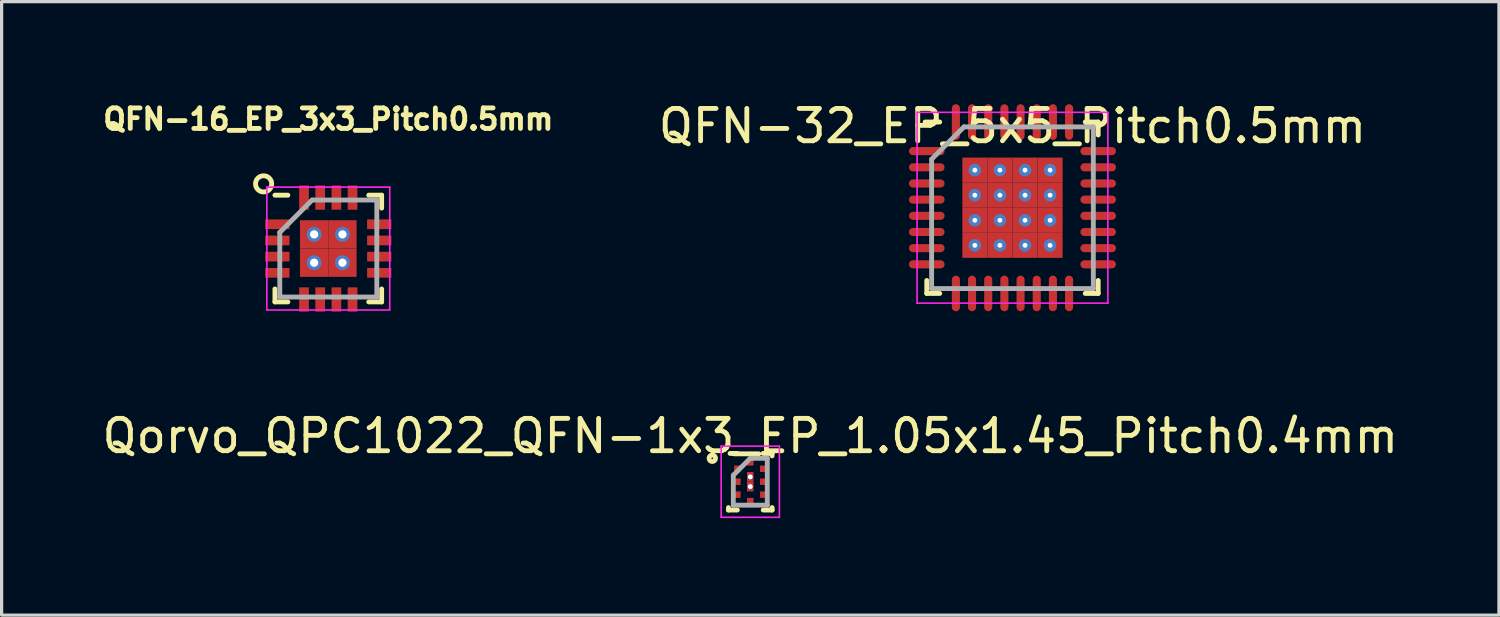
<source format=kicad_pcb>
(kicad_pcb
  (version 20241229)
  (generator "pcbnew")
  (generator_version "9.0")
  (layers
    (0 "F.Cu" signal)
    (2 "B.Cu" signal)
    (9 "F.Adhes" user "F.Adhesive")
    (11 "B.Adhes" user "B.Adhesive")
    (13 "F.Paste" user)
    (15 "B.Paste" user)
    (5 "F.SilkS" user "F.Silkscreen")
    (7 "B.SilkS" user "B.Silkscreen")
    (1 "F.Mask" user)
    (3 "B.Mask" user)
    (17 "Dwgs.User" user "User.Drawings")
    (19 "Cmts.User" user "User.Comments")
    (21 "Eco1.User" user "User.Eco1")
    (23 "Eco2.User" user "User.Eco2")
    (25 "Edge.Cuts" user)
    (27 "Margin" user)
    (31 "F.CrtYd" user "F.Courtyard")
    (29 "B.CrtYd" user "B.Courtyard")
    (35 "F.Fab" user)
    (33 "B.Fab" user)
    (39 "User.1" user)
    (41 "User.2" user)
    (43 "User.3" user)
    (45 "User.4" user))
  (footprint "QFN-16_EP_3x3_Pitch0.5mm"
    (layer "F.Cu")
    (at 7.101 4.635)
    (property "Reference" "QFN-16_EP_3x3_Pitch0.5mm" (at 0 -4 0) (layer "F.SilkS") (effects (font (size 0.635 0.635) (thickness 0.15))))
    (attr smd)
    (fp_line (start -1.65 1.65) (end -1.65 1.25) (stroke (width 0.15) (type solid)) (layer "F.SilkS"))
    (fp_line (start -1.25 -1.65) (end -1.65 -1.65) (stroke (width 0.15) (type solid)) (layer "F.SilkS"))
    (fp_line (start -1.25 1.65) (end -1.65 1.65) (stroke (width 0.15) (type solid)) (layer "F.SilkS"))
    (fp_line (start 1.25 -1.65) (end 1.65 -1.65) (stroke (width 0.15) (type solid)) (layer "F.SilkS"))
    (fp_line (start 1.25 1.65) (end 1.65 1.65) (stroke (width 0.15) (type solid)) (layer "F.SilkS"))
    (fp_line (start 1.65 -1.65) (end 1.65 -1.25) (stroke (width 0.15) (type solid)) (layer "F.SilkS"))
    (fp_line (start 1.65 1.65) (end 1.65 1.25) (stroke (width 0.15) (type solid)) (layer "F.SilkS"))
    (fp_circle (center -2 -2) (end -2 -2.25) (stroke (width 0.15) (type solid)) (fill no) (layer "F.SilkS"))
    (fp_line (start -1.9 -1.9) (end 1.9 -1.9) (stroke (width 0.05) (type solid)) (layer "F.CrtYd"))
    (fp_line (start -1.9 1.9) (end -1.9 -1.9) (stroke (width 0.05) (type solid)) (layer "F.CrtYd"))
    (fp_line (start 1.9 -1.9) (end 1.9 1.9) (stroke (width 0.05) (type solid)) (layer "F.CrtYd"))
    (fp_line (start 1.9 1.9) (end -1.9 1.9) (stroke (width 0.05) (type solid)) (layer "F.CrtYd"))
    (fp_line (start -1.5 -0.5) (end -1.5 1.5) (stroke (width 0.15) (type solid)) (layer "F.Fab"))
    (fp_line (start -1.5 1.5) (end 1.5 1.5) (stroke (width 0.15) (type solid)) (layer "F.Fab"))
    (fp_line (start -0.5 -1.5) (end -1.5 -0.5) (stroke (width 0.15) (type solid)) (layer "F.Fab"))
    (fp_line (start 1.5 -1.5) (end -0.5 -1.5) (stroke (width 0.15) (type solid)) (layer "F.Fab"))
    (fp_line (start 1.5 1.5) (end 1.5 -1.5) (stroke (width 0.15) (type solid)) (layer "F.Fab"))
    (pad "1" smd rect (at -1.575 -0.75 90) (size 0.3 0.75) (layers "F.Cu" "F.Mask" "F.Paste"))
    (pad "2" smd rect (at -1.575 -0.25 90) (size 0.3 0.75) (layers "F.Cu" "F.Mask" "F.Paste"))
    (pad "3" smd rect (at -1.575 0.25 90) (size 0.3 0.75) (layers "F.Cu" "F.Mask" "F.Paste"))
    (pad "4" smd rect (at -1.575 0.75 90) (size 0.3 0.75) (layers "F.Cu" "F.Mask" "F.Paste"))
    (pad "5" smd rect (at -0.75 1.575) (size 0.3 0.75) (layers "F.Cu" "F.Mask" "F.Paste"))
    (pad "6" smd rect (at -0.25 1.575) (size 0.3 0.75) (layers "F.Cu" "F.Mask" "F.Paste"))
    (pad "7" smd rect (at 0.25 1.575) (size 0.3 0.75) (layers "F.Cu" "F.Mask" "F.Paste"))
    (pad "8" smd rect (at 0.75 1.575) (size 0.3 0.75) (layers "F.Cu" "F.Mask" "F.Paste"))
    (pad "9" smd rect (at 1.575 0.75 90) (size 0.3 0.75) (layers "F.Cu" "F.Mask" "F.Paste"))
    (pad "10" smd rect (at 1.575 0.25 90) (size 0.3 0.75) (layers "F.Cu" "F.Mask" "F.Paste"))
    (pad "11" smd rect (at 1.575 -0.25 90) (size 0.3 0.75) (layers "F.Cu" "F.Mask" "F.Paste"))
    (pad "12" smd rect (at 1.575 -0.75 90) (size 0.3 0.75) (layers "F.Cu" "F.Mask" "F.Paste"))
    (pad "13" smd rect (at 0.75 -1.575) (size 0.3 0.75) (layers "F.Cu" "F.Mask" "F.Paste"))
    (pad "14" smd rect (at 0.25 -1.575) (size 0.3 0.75) (layers "F.Cu" "F.Mask" "F.Paste"))
    (pad "15" smd rect (at -0.25 -1.575) (size 0.3 0.75) (layers "F.Cu" "F.Mask" "F.Paste"))
    (pad "16" smd rect (at -0.75 -1.575) (size 0.3 0.75) (layers "F.Cu" "F.Mask" "F.Paste"))
    (pad "17" thru_hole circle (at -0.438 -0.438) (size 0.46 0.46) (drill 0.254) (layers "*.Cu" "*.Mask"))
    (pad "17" smd rect (at -0.438 -0.438) (size 0.875 0.875) (layers "F.Cu" "F.Mask" "F.Paste"))
    (pad "17" thru_hole circle (at -0.438 0.438) (size 0.46 0.46) (drill 0.254) (layers "*.Cu" "*.Mask"))
    (pad "17" smd rect (at -0.438 0.438) (size 0.875 0.875) (layers "F.Cu" "F.Mask" "F.Paste"))
    (pad "17" thru_hole circle (at 0.438 -0.438) (size 0.46 0.46) (drill 0.254) (layers "*.Cu" "*.Mask"))
    (pad "17" smd rect (at 0.438 -0.438) (size 0.875 0.875) (layers "F.Cu" "F.Mask" "F.Paste"))
    (pad "17" thru_hole circle (at 0.438 0.438) (size 0.46 0.46) (drill 0.254) (layers "*.Cu" "*.Mask"))
    (pad "17" smd rect (at 0.438 0.438) (size 0.875 0.875) (layers "F.Cu" "F.Mask" "F.Paste")))
  (footprint "Qorvo_QPC1022_QFN-1x3_EP_1.05x1.45_Pitch0.4mm"
    (layer "F.Cu")
    (at 20.149 11.845)
    (property "Reference" "Qorvo_QPC1022_QFN-1x3_EP_1.05x1.45_Pitch0.4mm" (at 0 -1.413 0) (layer "F.SilkS") (effects (font (size 1 1) (thickness 0.15))))
    (attr smd)
    (fp_line (start -0.675 0.875) (end -0.675 0.8) (stroke (width 0.15) (type solid)) (layer "F.SilkS"))
    (fp_line (start -0.4 -0.875) (end -0.625 -0.875) (stroke (width 0.15) (type solid)) (layer "F.SilkS"))
    (fp_line (start -0.4 0.875) (end -0.675 0.875) (stroke (width 0.15) (type solid)) (layer "F.SilkS"))
    (fp_line (start 0.4 -0.875) (end 0.675 -0.875) (stroke (width 0.15) (type solid)) (layer "F.SilkS"))
    (fp_line (start 0.4 0.875) (end 0.675 0.875) (stroke (width 0.15) (type solid)) (layer "F.SilkS"))
    (fp_line (start 0.675 -0.875) (end 0.675 -0.8) (stroke (width 0.15) (type solid)) (layer "F.SilkS"))
    (fp_line (start 0.675 0.875) (end 0.675 0.8) (stroke (width 0.15) (type solid)) (layer "F.SilkS"))
    (fp_circle (center -1.175 -0.725) (end -1.175 -0.625) (stroke (width 0.15) (type solid)) (fill no) (layer "F.SilkS"))
    (fp_line (start -0.9 -1.1) (end 0.9 -1.1) (stroke (width 0.05) (type solid)) (layer "F.CrtYd"))
    (fp_line (start -0.9 1.1) (end -0.9 -1.1) (stroke (width 0.05) (type solid)) (layer "F.CrtYd"))
    (fp_line (start 0.9 -1.1) (end 0.9 1.1) (stroke (width 0.05) (type solid)) (layer "F.CrtYd"))
    (fp_line (start 0.9 1.1) (end -0.9 1.1) (stroke (width 0.05) (type solid)) (layer "F.CrtYd"))
    (fp_line (start -0.525 -0.2) (end -0.525 0.725) (stroke (width 0.15) (type solid)) (layer "F.Fab"))
    (fp_line (start -0.525 0.725) (end 0.525 0.725) (stroke (width 0.15) (type solid)) (layer "F.Fab"))
    (fp_line (start 0 -0.725) (end -0.525 -0.2) (stroke (width 0.15) (type solid)) (layer "F.Fab"))
    (fp_line (start 0.525 -0.725) (end 0 -0.725) (stroke (width 0.15) (type solid)) (layer "F.Fab"))
    (fp_line (start 0.525 0.725) (end 0.525 -0.725) (stroke (width 0.15) (type solid)) (layer "F.Fab"))
    (pad "1" smd rect (at -0.4 -0.4 90) (size 0.2 0.2) (layers "F.Cu" "F.Mask" "F.Paste"))
    (pad "2" smd rect (at -0.4 0 90) (size 0.2 0.2) (layers "F.Cu" "F.Mask" "F.Paste"))
    (pad "3" smd rect (at -0.4 0.4 90) (size 0.2 0.2) (layers "F.Cu" "F.Mask" "F.Paste"))
    (pad "4" smd rect (at 0 0.6) (size 0.2 0.2) (layers "F.Cu" "F.Mask" "F.Paste"))
    (pad "5" smd rect (at 0.4 0.4 90) (size 0.2 0.2) (layers "F.Cu" "F.Mask" "F.Paste"))
    (pad "6" smd rect (at 0.4 0 90) (size 0.2 0.2) (layers "F.Cu" "F.Mask" "F.Paste"))
    (pad "7" smd rect (at 0.4 -0.4 90) (size 0.2 0.2) (layers "F.Cu" "F.Mask" "F.Paste"))
    (pad "8" smd rect (at 0 -0.6) (size 0.2 0.2) (layers "F.Cu" "F.Mask" "F.Paste"))
    (pad "9" thru_hole circle (at 0 -0.15) (size 0.16 0.16) (drill 0.15) (layers "*.Cu" "*.Mask"))
    (pad "9" smd rect (at 0 -0.15) (size 0.2 0.3) (layers "F.Cu" "F.Mask" "F.Paste"))
    (pad "9" thru_hole circle (at 0 0.15) (size 0.16 0.16) (drill 0.15) (layers "*.Cu" "*.Mask"))
    (pad "9" smd rect (at 0 0.15) (size 0.2 0.3) (layers "F.Cu" "F.Mask" "F.Paste")))
  (footprint "QFN-32_EP_5x5_Pitch0.5mm"
    (layer "F.Cu")
    (at 28.256 3.373)
    (property "Reference" "QFN-32_EP_5x5_Pitch0.5mm" (at 0 -2.525 0) (layer "F.SilkS") (effects (font (size 1 1) (thickness 0.15))))
    (attr smd)
    (fp_line (start -2.65 2.65) (end -2.65 2.25) (stroke (width 0.15) (type solid)) (layer "F.SilkS"))
    (fp_line (start -2.25 -2.65) (end -2.7 -2.65) (stroke (width 0.15) (type solid)) (layer "F.SilkS"))
    (fp_line (start -2.25 2.65) (end -2.65 2.65) (stroke (width 0.15) (type solid)) (layer "F.SilkS"))
    (fp_line (start 2.25 -2.65) (end 2.65 -2.65) (stroke (width 0.15) (type solid)) (layer "F.SilkS"))
    (fp_line (start 2.25 2.65) (end 2.65 2.65) (stroke (width 0.15) (type solid)) (layer "F.SilkS"))
    (fp_line (start 2.65 -2.65) (end 2.65 -2.25) (stroke (width 0.15) (type solid)) (layer "F.SilkS"))
    (fp_line (start 2.65 2.65) (end 2.65 2.25) (stroke (width 0.15) (type solid)) (layer "F.SilkS"))
    (fp_line (start -2.95 -2.95) (end 2.95 -2.95) (stroke (width 0.05) (type solid)) (layer "F.CrtYd"))
    (fp_line (start -2.95 2.95) (end -2.95 -2.95) (stroke (width 0.05) (type solid)) (layer "F.CrtYd"))
    (fp_line (start 2.95 -2.95) (end 2.95 2.95) (stroke (width 0.05) (type solid)) (layer "F.CrtYd"))
    (fp_line (start 2.95 2.95) (end -2.95 2.95) (stroke (width 0.05) (type solid)) (layer "F.CrtYd"))
    (fp_line (start -2.5 -1.5) (end -2.5 2.5) (stroke (width 0.15) (type solid)) (layer "F.Fab"))
    (fp_line (start -2.5 2.5) (end 2.5 2.5) (stroke (width 0.15) (type solid)) (layer "F.Fab"))
    (fp_line (start -1.5 -2.5) (end -2.5 -1.5) (stroke (width 0.15) (type solid)) (layer "F.Fab"))
    (fp_line (start 2.5 -2.5) (end -1.5 -2.5) (stroke (width 0.15) (type solid)) (layer "F.Fab"))
    (fp_line (start 2.5 2.5) (end 2.5 -2.5) (stroke (width 0.15) (type solid)) (layer "F.Fab"))
    (pad "1" smd oval (at -2.65 -1.75 90) (size 0.25 1.1) (layers "F.Cu" "F.Mask" "F.Paste"))
    (pad "2" smd oval (at -2.65 -1.25 90) (size 0.25 1.1) (layers "F.Cu" "F.Mask" "F.Paste"))
    (pad "3" smd oval (at -2.65 -0.75 90) (size 0.25 1.1) (layers "F.Cu" "F.Mask" "F.Paste"))
    (pad "4" smd oval (at -2.65 -0.25 90) (size 0.25 1.1) (layers "F.Cu" "F.Mask" "F.Paste"))
    (pad "5" smd oval (at -2.65 0.25 90) (size 0.25 1.1) (layers "F.Cu" "F.Mask" "F.Paste"))
    (pad "6" smd oval (at -2.65 0.75 90) (size 0.25 1.1) (layers "F.Cu" "F.Mask" "F.Paste"))
    (pad "7" smd oval (at -2.65 1.25 90) (size 0.25 1.1) (layers "F.Cu" "F.Mask" "F.Paste"))
    (pad "8" smd oval (at -2.65 1.75 90) (size 0.25 1.1) (layers "F.Cu" "F.Mask" "F.Paste"))
    (pad "9" smd oval (at -1.75 2.65) (size 0.25 1.1) (layers "F.Cu" "F.Mask" "F.Paste"))
    (pad "10" smd oval (at -1.25 2.65) (size 0.25 1.1) (layers "F.Cu" "F.Mask" "F.Paste"))
    (pad "11" smd oval (at -0.75 2.65) (size 0.25 1.1) (layers "F.Cu" "F.Mask" "F.Paste"))
    (pad "12" smd oval (at -0.25 2.65) (size 0.25 1.1) (layers "F.Cu" "F.Mask" "F.Paste"))
    (pad "13" smd oval (at 0.25 2.65) (size 0.25 1.1) (layers "F.Cu" "F.Mask" "F.Paste"))
    (pad "14" smd oval (at 0.75 2.65) (size 0.25 1.1) (layers "F.Cu" "F.Mask" "F.Paste"))
    (pad "15" smd oval (at 1.25 2.65) (size 0.25 1.1) (layers "F.Cu" "F.Mask" "F.Paste"))
    (pad "16" smd oval (at 1.75 2.65) (size 0.25 1.1) (layers "F.Cu" "F.Mask" "F.Paste"))
    (pad "17" smd oval (at 2.65 1.75 90) (size 0.25 1.1) (layers "F.Cu" "F.Mask" "F.Paste"))
    (pad "18" smd oval (at 2.65 1.25 90) (size 0.25 1.1) (layers "F.Cu" "F.Mask" "F.Paste"))
    (pad "19" smd oval (at 2.65 0.75 90) (size 0.25 1.1) (layers "F.Cu" "F.Mask" "F.Paste"))
    (pad "20" smd oval (at 2.65 0.25 90) (size 0.25 1.1) (layers "F.Cu" "F.Mask" "F.Paste"))
    (pad "21" smd oval (at 2.65 -0.25 90) (size 0.25 1.1) (layers "F.Cu" "F.Mask" "F.Paste"))
    (pad "22" smd oval (at 2.65 -0.75 90) (size 0.25 1.1) (layers "F.Cu" "F.Mask" "F.Paste"))
    (pad "23" smd oval (at 2.65 -1.25 90) (size 0.25 1.1) (layers "F.Cu" "F.Mask" "F.Paste"))
    (pad "24" smd oval (at 2.65 -1.75 90) (size 0.25 1.1) (layers "F.Cu" "F.Mask" "F.Paste"))
    (pad "25" smd oval (at 1.75 -2.65) (size 0.25 1.1) (layers "F.Cu" "F.Mask" "F.Paste"))
    (pad "26" smd oval (at 1.25 -2.65) (size 0.25 1.1) (layers "F.Cu" "F.Mask" "F.Paste"))
    (pad "27" smd oval (at 0.75 -2.65) (size 0.25 1.1) (layers "F.Cu" "F.Mask" "F.Paste"))
    (pad "28" smd oval (at 0.25 -2.65) (size 0.25 1.1) (layers "F.Cu" "F.Mask" "F.Paste"))
    (pad "29" smd oval (at -0.25 -2.65) (size 0.25 1.1) (layers "F.Cu" "F.Mask" "F.Paste"))
    (pad "30" smd oval (at -0.75 -2.65) (size 0.25 1.1) (layers "F.Cu" "F.Mask" "F.Paste"))
    (pad "31" smd oval (at -1.25 -2.65) (size 0.25 1.1) (layers "F.Cu" "F.Mask" "F.Paste"))
    (pad "32" smd oval (at -1.75 -2.65) (size 0.25 1.1) (layers "F.Cu" "F.Mask" "F.Paste"))
    (pad "33" thru_hole circle (at -1.163 -1.163) (size 0.388 0.388) (drill 0.15) (layers "*.Cu" "*.Mask"))
    (pad "33" smd rect (at -1.163 -1.163) (size 0.775 0.775) (layers "F.Cu" "F.Mask" "F.Paste"))
    (pad "33" thru_hole circle (at -1.163 -0.388) (size 0.388 0.388) (drill 0.15) (layers "*.Cu" "*.Mask"))
    (pad "33" smd rect (at -1.163 -0.388) (size 0.775 0.775) (layers "F.Cu" "F.Mask" "F.Paste"))
    (pad "33" thru_hole circle (at -1.163 0.388) (size 0.388 0.388) (drill 0.15) (layers "*.Cu" "*.Mask"))
    (pad "33" smd rect (at -1.163 0.388) (size 0.775 0.775) (layers "F.Cu" "F.Mask" "F.Paste"))
    (pad "33" thru_hole circle (at -1.163 1.163) (size 0.388 0.388) (drill 0.15) (layers "*.Cu" "*.Mask"))
    (pad "33" smd rect (at -1.163 1.163) (size 0.775 0.775) (layers "F.Cu" "F.Mask" "F.Paste"))
    (pad "33" thru_hole circle (at -0.388 -1.163) (size 0.388 0.388) (drill 0.15) (layers "*.Cu" "*.Mask"))
    (pad "33" smd rect (at -0.388 -1.163) (size 0.775 0.775) (layers "F.Cu" "F.Mask" "F.Paste"))
    (pad "33" thru_hole circle (at -0.388 -0.388) (size 0.388 0.388) (drill 0.15) (layers "*.Cu" "*.Mask"))
    (pad "33" smd rect (at -0.388 -0.388) (size 0.775 0.775) (layers "F.Cu" "F.Mask" "F.Paste"))
    (pad "33" thru_hole circle (at -0.388 0.388) (size 0.388 0.388) (drill 0.15) (layers "*.Cu" "*.Mask"))
    (pad "33" smd rect (at -0.388 0.388) (size 0.775 0.775) (layers "F.Cu" "F.Mask" "F.Paste"))
    (pad "33" thru_hole circle (at -0.388 1.163) (size 0.388 0.388) (drill 0.15) (layers "*.Cu" "*.Mask"))
    (pad "33" smd rect (at -0.388 1.163) (size 0.775 0.775) (layers "F.Cu" "F.Mask" "F.Paste"))
    (pad "33" thru_hole circle (at 0.388 -1.163) (size 0.388 0.388) (drill 0.15) (layers "*.Cu" "*.Mask"))
    (pad "33" smd rect (at 0.388 -1.163) (size 0.775 0.775) (layers "F.Cu" "F.Mask" "F.Paste"))
    (pad "33" thru_hole circle (at 0.388 -0.388) (size 0.388 0.388) (drill 0.15) (layers "*.Cu" "*.Mask"))
    (pad "33" smd rect (at 0.388 -0.388) (size 0.775 0.775) (layers "F.Cu" "F.Mask" "F.Paste"))
    (pad "33" thru_hole circle (at 0.388 0.388) (size 0.388 0.388) (drill 0.15) (layers "*.Cu" "*.Mask"))
    (pad "33" smd rect (at 0.388 0.388) (size 0.775 0.775) (layers "F.Cu" "F.Mask" "F.Paste"))
    (pad "33" thru_hole circle (at 0.388 1.163) (size 0.388 0.388) (drill 0.15) (layers "*.Cu" "*.Mask"))
    (pad "33" smd rect (at 0.388 1.163) (size 0.775 0.775) (layers "F.Cu" "F.Mask" "F.Paste"))
    (pad "33" thru_hole circle (at 1.163 -1.163) (size 0.388 0.388) (drill 0.15) (layers "*.Cu" "*.Mask"))
    (pad "33" smd rect (at 1.163 -1.163) (size 0.775 0.775) (layers "F.Cu" "F.Mask" "F.Paste"))
    (pad "33" thru_hole circle (at 1.163 -0.388) (size 0.388 0.388) (drill 0.15) (layers "*.Cu" "*.Mask"))
    (pad "33" smd rect (at 1.163 -0.388) (size 0.775 0.775) (layers "F.Cu" "F.Mask" "F.Paste"))
    (pad "33" thru_hole circle (at 1.163 0.388) (size 0.388 0.388) (drill 0.15) (layers "*.Cu" "*.Mask"))
    (pad "33" smd rect (at 1.163 0.388) (size 0.775 0.775) (layers "F.Cu" "F.Mask" "F.Paste"))
    (pad "33" thru_hole circle (at 1.163 1.163) (size 0.388 0.388) (drill 0.15) (layers "*.Cu" "*.Mask"))
    (pad "33" smd rect (at 1.163 1.163) (size 0.775 0.775) (layers "F.Cu" "F.Mask" "F.Paste")))
  (gr_rect
    (start -3 -3)
    (end 43.298 15.97)
    (stroke (width 0.1) (type default))
    (fill no)
    (layer "Edge.Cuts")))
</source>
